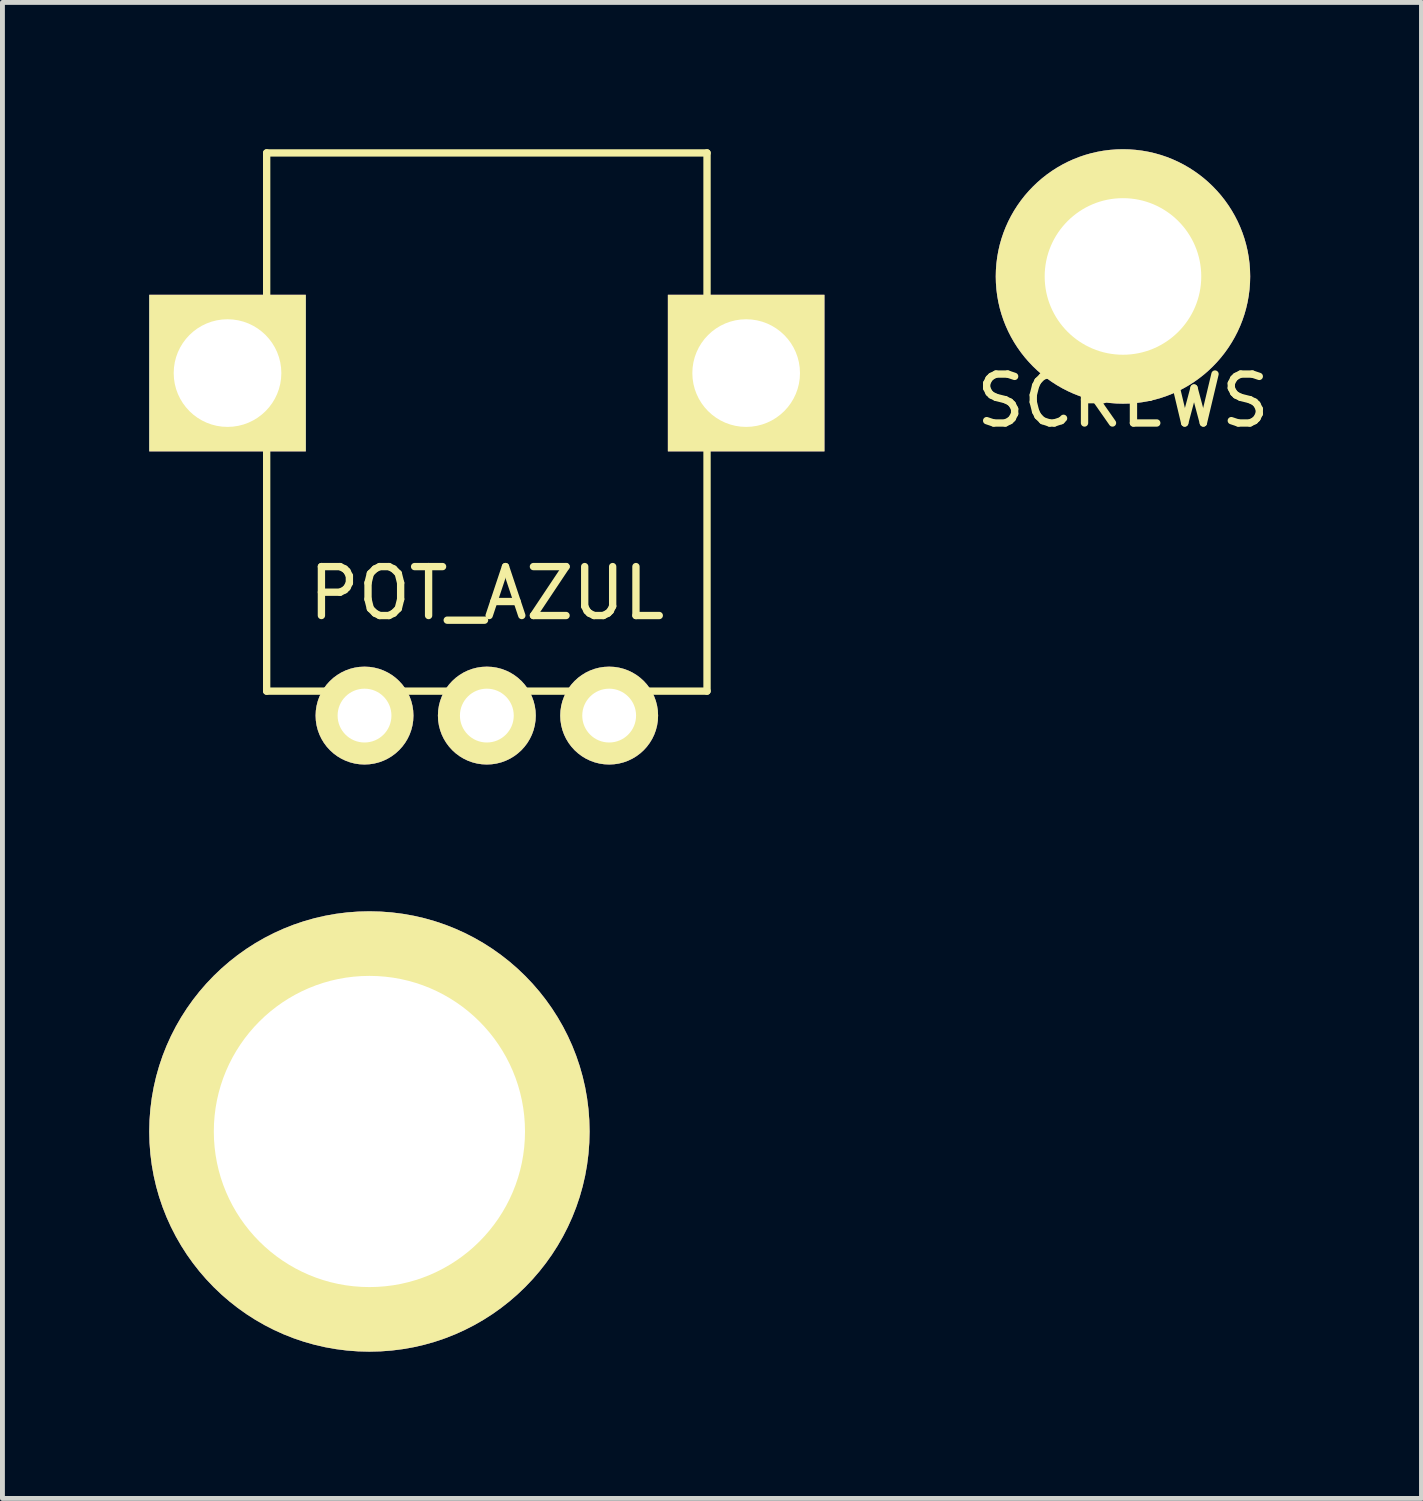
<source format=kicad_pcb>
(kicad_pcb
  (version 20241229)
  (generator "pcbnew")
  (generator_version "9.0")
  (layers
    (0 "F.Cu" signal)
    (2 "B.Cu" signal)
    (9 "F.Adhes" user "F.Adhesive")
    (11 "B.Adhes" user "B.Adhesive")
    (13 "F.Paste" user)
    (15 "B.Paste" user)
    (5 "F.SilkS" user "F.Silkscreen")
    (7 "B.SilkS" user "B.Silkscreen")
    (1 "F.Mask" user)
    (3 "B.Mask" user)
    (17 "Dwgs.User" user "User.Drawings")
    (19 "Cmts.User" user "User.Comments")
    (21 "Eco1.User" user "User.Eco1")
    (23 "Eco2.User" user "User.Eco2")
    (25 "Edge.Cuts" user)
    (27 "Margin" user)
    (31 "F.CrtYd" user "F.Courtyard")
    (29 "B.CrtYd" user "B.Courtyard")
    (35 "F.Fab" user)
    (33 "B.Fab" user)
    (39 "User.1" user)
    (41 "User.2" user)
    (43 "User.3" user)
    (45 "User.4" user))
  (footprint "screws"
    (layer "F.Cu")
    (at 4.5 20.075)
    (property "Reference" "screws" (at 0 2.54 0) (layer "F.SilkS") (effects (font (size 1 1) (thickness 0.15))))
    (attr through_hole)
    (pad "1" thru_hole circle (at 0 0) (size 9 9) (drill 6.36) (layers "*.Cu" "*.Mask" "F.SilkS")))
  (footprint "SCREWS"
    (layer "F.Cu")
    (at 19.901 2.6)
    (property "Reference" "SCREWS" (at 0 2.54 0) (layer "F.SilkS") (effects (font (size 1 1) (thickness 0.15))))
    (attr through_hole)
    (pad "1" thru_hole circle (at 0 0) (size 5.2 5.2) (drill 3.2) (layers "*.Cu" "*.Mask" "F.SilkS")))
  (footprint "POT_AZUL"
    (layer "F.Cu")
    (at 6.9 11.575)
    (property "Reference" "POT_AZUL" (at 0 -2.5 0) (layer "F.SilkS") (effects (font (size 1 1) (thickness 0.15))))
    (attr through_hole)
    (fp_line (start -4.5 -11.5) (end 4.5 -11.5) (stroke (width 0.15) (type solid)) (layer "F.SilkS"))
    (fp_line (start -4.5 -0.5) (end -4.5 -11.5) (stroke (width 0.15) (type solid)) (layer "F.SilkS"))
    (fp_line (start -4.5 -0.5) (end 4.5 -0.5) (stroke (width 0.15) (type solid)) (layer "F.SilkS"))
    (fp_line (start 4.5 -11.5) (end 4.5 -0.5) (stroke (width 0.15) (type solid)) (layer "F.SilkS"))
    (pad "" thru_hole rect (at -5.3 -7) (size 3.2 3.2) (drill 2.2) (layers "*.Cu" "*.Mask" "F.SilkS"))
    (pad "" thru_hole rect (at 5.3 -7) (size 3.2 3.2) (drill 2.2) (layers "*.Cu" "*.Mask" "F.SilkS"))
    (pad "1" thru_hole circle (at -2.5 0) (size 2 2) (drill 1.1) (layers "*.Cu" "*.Mask" "F.SilkS"))
    (pad "2" thru_hole circle (at 0 0) (size 2 2) (drill 1.1) (layers "*.Cu" "*.Mask" "F.SilkS"))
    (pad "3" thru_hole circle (at 2.5 0) (size 2 2) (drill 1.1) (layers "*.Cu" "*.Mask" "F.SilkS")))
  (gr_rect
    (start -3 -3)
    (end 26.002 27.575)
    (stroke (width 0.1) (type default))
    (fill no)
    (layer "Edge.Cuts")))
</source>
